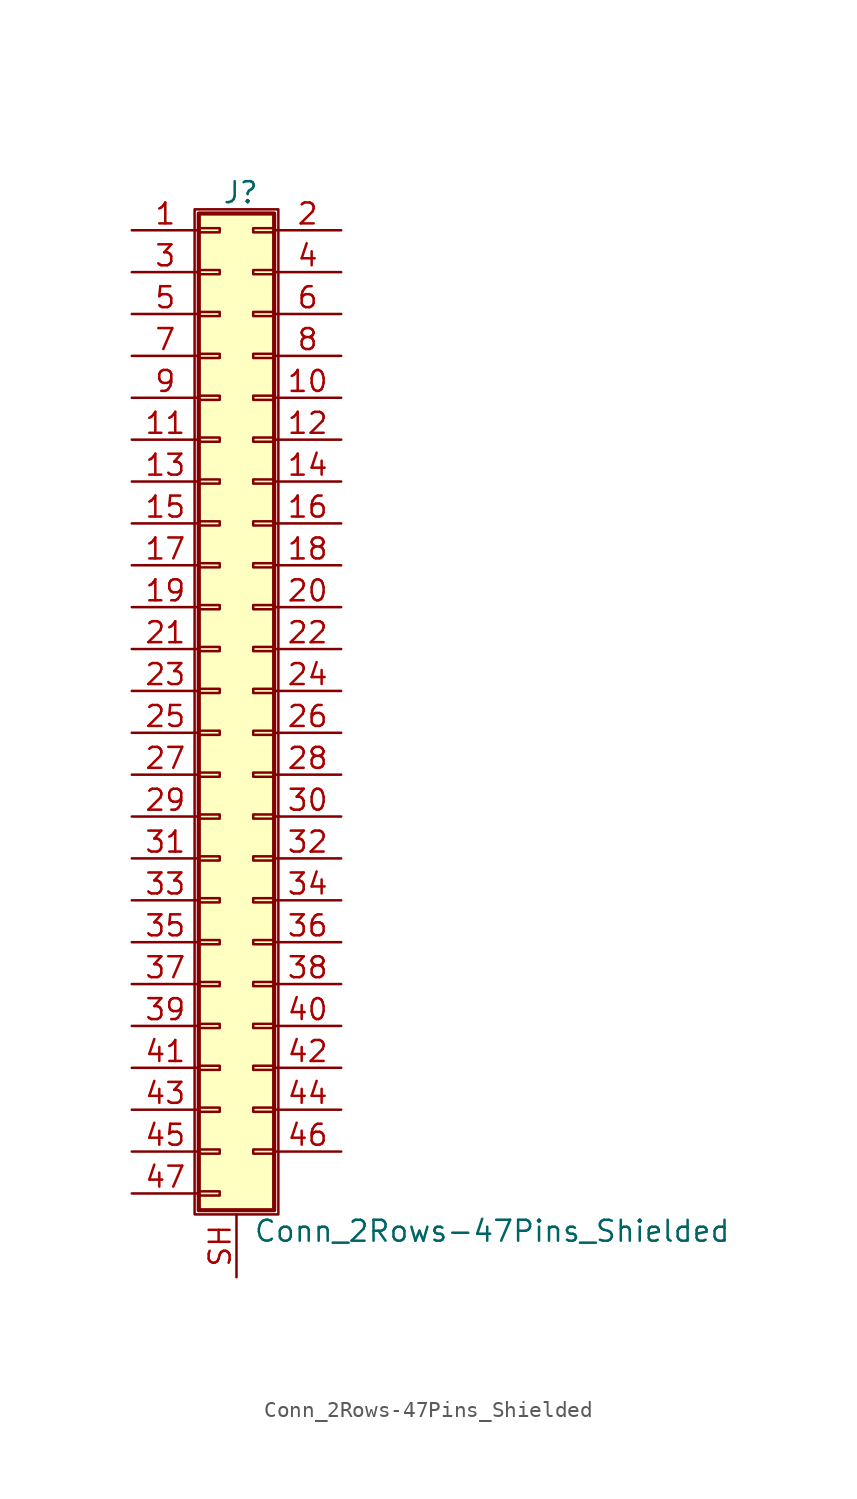
<source format=kicad_sym>
(kicad_symbol_lib
  (version 20201005)
  (generator kicad_symbol_editor)
  (symbol "Conn_2Rows-47Pins_Shielded"
    (pin_names
      (offset 1.016) hide)
    (property "Reference" "J"
      (at 1.524 30.226 0)
      (effects (font (size 1.27 1.27))))
    (property "Value" "Conn_2Rows-47Pins_Shielded"
      (at 2.286 -32.766 0)
      (effects (font (size 1.27 1.27)) (justify left)))
    (symbol "Conn_2Rows-47Pins_Shielded_1_1"
      (rectangle (start -1.27 29.21) (end 3.81 -31.75) (stroke (width 0.152)) (fill (type none)))
      (rectangle (start -1.016 -30.353) (end 0.254 -30.607) (stroke (width 0.152)) (fill (type none)))
      (rectangle (start -1.016 -27.813) (end 0.254 -28.067) (stroke (width 0.152)) (fill (type none)))
      (rectangle (start -1.016 -25.273) (end 0.254 -25.527) (stroke (width 0.152)) (fill (type none)))
      (rectangle (start -1.016 -22.733) (end 0.254 -22.987) (stroke (width 0.152)) (fill (type none)))
      (rectangle (start -1.016 -20.193) (end 0.254 -20.447) (stroke (width 0.152)) (fill (type none)))
      (rectangle (start -1.016 -17.653) (end 0.254 -17.907) (stroke (width 0.152)) (fill (type none)))
      (rectangle (start -1.016 -15.113) (end 0.254 -15.367) (stroke (width 0.152)) (fill (type none)))
      (rectangle (start -1.016 -12.573) (end 0.254 -12.827) (stroke (width 0.152)) (fill (type none)))
      (rectangle (start -1.016 -10.033) (end 0.254 -10.287) (stroke (width 0.152)) (fill (type none)))
      (rectangle (start -1.016 -7.493) (end 0.254 -7.747) (stroke (width 0.152)) (fill (type none)))
      (rectangle (start -1.016 -4.953) (end 0.254 -5.207) (stroke (width 0.152)) (fill (type none)))
      (rectangle (start -1.016 -2.413) (end 0.254 -2.667) (stroke (width 0.152)) (fill (type none)))
      (rectangle (start -1.016 0.127) (end 0.254 -0.127) (stroke (width 0.152)) (fill (type none)))
      (rectangle (start -1.016 2.667) (end 0.254 2.413) (stroke (width 0.152)) (fill (type none)))
      (rectangle (start -1.016 5.207) (end 0.254 4.953) (stroke (width 0.152)) (fill (type none)))
      (rectangle (start -1.016 7.747) (end 0.254 7.493) (stroke (width 0.152)) (fill (type none)))
      (rectangle (start -1.016 10.287) (end 0.254 10.033) (stroke (width 0.152)) (fill (type none)))
      (rectangle (start -1.016 12.827) (end 0.254 12.573) (stroke (width 0.152)) (fill (type none)))
      (rectangle (start -1.016 15.367) (end 0.254 15.113) (stroke (width 0.152)) (fill (type none)))
      (rectangle (start -1.016 17.907) (end 0.254 17.653) (stroke (width 0.152)) (fill (type none)))
      (rectangle (start -1.016 20.447) (end 0.254 20.193) (stroke (width 0.152)) (fill (type none)))
      (rectangle (start -1.016 22.987) (end 0.254 22.733) (stroke (width 0.152)) (fill (type none)))
      (rectangle (start -1.016 25.527) (end 0.254 25.273) (stroke (width 0.152)) (fill (type none)))
      (rectangle (start -1.016 28.067) (end 0.254 27.813) (stroke (width 0.152)) (fill (type none)))
      (rectangle (start 3.556 -27.813) (end 2.286 -28.067) (stroke (width 0.152)) (fill (type none)))
      (rectangle (start 3.556 -25.273) (end 2.286 -25.527) (stroke (width 0.152)) (fill (type none)))
      (rectangle (start 3.556 -22.733) (end 2.286 -22.987) (stroke (width 0.152)) (fill (type none)))
      (rectangle (start 3.556 -20.193) (end 2.286 -20.447) (stroke (width 0.152)) (fill (type none)))
      (rectangle (start 3.556 -17.653) (end 2.286 -17.907) (stroke (width 0.152)) (fill (type none)))
      (rectangle (start 3.556 -15.113) (end 2.286 -15.367) (stroke (width 0.152)) (fill (type none)))
      (rectangle (start 3.556 -12.573) (end 2.286 -12.827) (stroke (width 0.152)) (fill (type none)))
      (rectangle (start 3.556 -10.033) (end 2.286 -10.287) (stroke (width 0.152)) (fill (type none)))
      (rectangle (start 3.556 -7.493) (end 2.286 -7.747) (stroke (width 0.152)) (fill (type none)))
      (rectangle (start 3.556 -4.953) (end 2.286 -5.207) (stroke (width 0.152)) (fill (type none)))
      (rectangle (start 3.556 -2.413) (end 2.286 -2.667) (stroke (width 0.152)) (fill (type none)))
      (rectangle (start 3.556 0.127) (end 2.286 -0.127) (stroke (width 0.152)) (fill (type none)))
      (rectangle (start 3.556 2.667) (end 2.286 2.413) (stroke (width 0.152)) (fill (type none)))
      (rectangle (start 3.556 5.207) (end 2.286 4.953) (stroke (width 0.152)) (fill (type none)))
      (rectangle (start 3.556 7.747) (end 2.286 7.493) (stroke (width 0.152)) (fill (type none)))
      (rectangle (start 3.556 10.287) (end 2.286 10.033) (stroke (width 0.152)) (fill (type none)))
      (rectangle (start 3.556 12.827) (end 2.286 12.573) (stroke (width 0.152)) (fill (type none)))
      (rectangle (start 3.556 15.367) (end 2.286 15.113) (stroke (width 0.152)) (fill (type none)))
      (rectangle (start 3.556 17.907) (end 2.286 17.653) (stroke (width 0.152)) (fill (type none)))
      (rectangle (start 3.556 20.447) (end 2.286 20.193) (stroke (width 0.152)) (fill (type none)))
      (rectangle (start 3.556 22.987) (end 2.286 22.733) (stroke (width 0.152)) (fill (type none)))
      (rectangle (start 3.556 25.527) (end 2.286 25.273) (stroke (width 0.152)) (fill (type none)))
      (rectangle (start 3.556 28.067) (end 2.286 27.813) (stroke (width 0.152)) (fill (type none)))
      (rectangle (start -1.016 28.956) (end 3.556 -31.496) (stroke (width 0.254)) (fill (type background)))
      (pin passive line (at -5.08 27.94 0) (length 4.064) (name "Pin_1" (effects (font (size 1.27 1.27)))) (number "1" (effects (font (size 1.27 1.27)))))
      (pin passive line (at 7.62 17.78 180) (length 4.064) (name "Pin_10" (effects (font (size 1.27 1.27)))) (number "10" (effects (font (size 1.27 1.27)))))
      (pin passive line (at -5.08 15.24 0) (length 4.064) (name "Pin_11" (effects (font (size 1.27 1.27)))) (number "11" (effects (font (size 1.27 1.27)))))
      (pin passive line (at 7.62 15.24 180) (length 4.064) (name "Pin_12" (effects (font (size 1.27 1.27)))) (number "12" (effects (font (size 1.27 1.27)))))
      (pin passive line (at -5.08 12.7 0) (length 4.064) (name "Pin_13" (effects (font (size 1.27 1.27)))) (number "13" (effects (font (size 1.27 1.27)))))
      (pin passive line (at 7.62 12.7 180) (length 4.064) (name "Pin_14" (effects (font (size 1.27 1.27)))) (number "14" (effects (font (size 1.27 1.27)))))
      (pin passive line (at -5.08 10.16 0) (length 4.064) (name "Pin_15" (effects (font (size 1.27 1.27)))) (number "15" (effects (font (size 1.27 1.27)))))
      (pin passive line (at 7.62 10.16 180) (length 4.064) (name "Pin_16" (effects (font (size 1.27 1.27)))) (number "16" (effects (font (size 1.27 1.27)))))
      (pin passive line (at -5.08 7.62 0) (length 4.064) (name "Pin_17" (effects (font (size 1.27 1.27)))) (number "17" (effects (font (size 1.27 1.27)))))
      (pin passive line (at 7.62 7.62 180) (length 4.064) (name "Pin_18" (effects (font (size 1.27 1.27)))) (number "18" (effects (font (size 1.27 1.27)))))
      (pin passive line (at -5.08 5.08 0) (length 4.064) (name "Pin_19" (effects (font (size 1.27 1.27)))) (number "19" (effects (font (size 1.27 1.27)))))
      (pin passive line (at 7.62 27.94 180) (length 4.064) (name "Pin_2" (effects (font (size 1.27 1.27)))) (number "2" (effects (font (size 1.27 1.27)))))
      (pin passive line (at 7.62 5.08 180) (length 4.064) (name "Pin_20" (effects (font (size 1.27 1.27)))) (number "20" (effects (font (size 1.27 1.27)))))
      (pin passive line (at -5.08 2.54 0) (length 4.064) (name "Pin_21" (effects (font (size 1.27 1.27)))) (number "21" (effects (font (size 1.27 1.27)))))
      (pin passive line (at 7.62 2.54 180) (length 4.064) (name "Pin_22" (effects (font (size 1.27 1.27)))) (number "22" (effects (font (size 1.27 1.27)))))
      (pin passive line (at -5.08 0 0) (length 4.064) (name "Pin_23" (effects (font (size 1.27 1.27)))) (number "23" (effects (font (size 1.27 1.27)))))
      (pin passive line (at 7.62 0 180) (length 4.064) (name "Pin_24" (effects (font (size 1.27 1.27)))) (number "24" (effects (font (size 1.27 1.27)))))
      (pin passive line (at -5.08 -2.54 0) (length 4.064) (name "Pin_25" (effects (font (size 1.27 1.27)))) (number "25" (effects (font (size 1.27 1.27)))))
      (pin passive line (at 7.62 -2.54 180) (length 4.064) (name "Pin_26" (effects (font (size 1.27 1.27)))) (number "26" (effects (font (size 1.27 1.27)))))
      (pin passive line (at -5.08 -5.08 0) (length 4.064) (name "Pin_27" (effects (font (size 1.27 1.27)))) (number "27" (effects (font (size 1.27 1.27)))))
      (pin passive line (at 7.62 -5.08 180) (length 4.064) (name "Pin_28" (effects (font (size 1.27 1.27)))) (number "28" (effects (font (size 1.27 1.27)))))
      (pin passive line (at -5.08 -7.62 0) (length 4.064) (name "Pin_29" (effects (font (size 1.27 1.27)))) (number "29" (effects (font (size 1.27 1.27)))))
      (pin passive line (at -5.08 25.4 0) (length 4.064) (name "Pin_3" (effects (font (size 1.27 1.27)))) (number "3" (effects (font (size 1.27 1.27)))))
      (pin passive line (at 7.62 -7.62 180) (length 4.064) (name "Pin_30" (effects (font (size 1.27 1.27)))) (number "30" (effects (font (size 1.27 1.27)))))
      (pin passive line (at -5.08 -10.16 0) (length 4.064) (name "Pin_31" (effects (font (size 1.27 1.27)))) (number "31" (effects (font (size 1.27 1.27)))))
      (pin passive line (at 7.62 -10.16 180) (length 4.064) (name "Pin_32" (effects (font (size 1.27 1.27)))) (number "32" (effects (font (size 1.27 1.27)))))
      (pin passive line (at -5.08 -12.7 0) (length 4.064) (name "Pin_33" (effects (font (size 1.27 1.27)))) (number "33" (effects (font (size 1.27 1.27)))))
      (pin passive line (at 7.62 -12.7 180) (length 4.064) (name "Pin_34" (effects (font (size 1.27 1.27)))) (number "34" (effects (font (size 1.27 1.27)))))
      (pin passive line (at -5.08 -15.24 0) (length 4.064) (name "Pin_35" (effects (font (size 1.27 1.27)))) (number "35" (effects (font (size 1.27 1.27)))))
      (pin passive line (at 7.62 -15.24 180) (length 4.064) (name "Pin_36" (effects (font (size 1.27 1.27)))) (number "36" (effects (font (size 1.27 1.27)))))
      (pin passive line (at -5.08 -17.78 0) (length 4.064) (name "Pin_37" (effects (font (size 1.27 1.27)))) (number "37" (effects (font (size 1.27 1.27)))))
      (pin passive line (at 7.62 -17.78 180) (length 4.064) (name "Pin_38" (effects (font (size 1.27 1.27)))) (number "38" (effects (font (size 1.27 1.27)))))
      (pin passive line (at -5.08 -20.32 0) (length 4.064) (name "Pin_39" (effects (font (size 1.27 1.27)))) (number "39" (effects (font (size 1.27 1.27)))))
      (pin passive line (at 7.62 25.4 180) (length 4.064) (name "Pin_4" (effects (font (size 1.27 1.27)))) (number "4" (effects (font (size 1.27 1.27)))))
      (pin passive line (at 7.62 -20.32 180) (length 4.064) (name "Pin_40" (effects (font (size 1.27 1.27)))) (number "40" (effects (font (size 1.27 1.27)))))
      (pin passive line (at -5.08 -22.86 0) (length 4.064) (name "Pin_41" (effects (font (size 1.27 1.27)))) (number "41" (effects (font (size 1.27 1.27)))))
      (pin passive line (at 7.62 -22.86 180) (length 4.064) (name "Pin_42" (effects (font (size 1.27 1.27)))) (number "42" (effects (font (size 1.27 1.27)))))
      (pin passive line (at -5.08 -25.4 0) (length 4.064) (name "Pin_43" (effects (font (size 1.27 1.27)))) (number "43" (effects (font (size 1.27 1.27)))))
      (pin passive line (at 7.62 -25.4 180) (length 4.064) (name "Pin_44" (effects (font (size 1.27 1.27)))) (number "44" (effects (font (size 1.27 1.27)))))
      (pin passive line (at -5.08 -27.94 0) (length 4.064) (name "Pin_45" (effects (font (size 1.27 1.27)))) (number "45" (effects (font (size 1.27 1.27)))))
      (pin passive line (at 7.62 -27.94 180) (length 4.064) (name "Pin_46" (effects (font (size 1.27 1.27)))) (number "46" (effects (font (size 1.27 1.27)))))
      (pin passive line (at -5.08 -30.48 0) (length 4.064) (name "Pin_47" (effects (font (size 1.27 1.27)))) (number "47" (effects (font (size 1.27 1.27)))))
      (pin passive line (at -5.08 22.86 0) (length 4.064) (name "Pin_5" (effects (font (size 1.27 1.27)))) (number "5" (effects (font (size 1.27 1.27)))))
      (pin passive line (at 7.62 22.86 180) (length 4.064) (name "Pin_6" (effects (font (size 1.27 1.27)))) (number "6" (effects (font (size 1.27 1.27)))))
      (pin passive line (at -5.08 20.32 0) (length 4.064) (name "Pin_7" (effects (font (size 1.27 1.27)))) (number "7" (effects (font (size 1.27 1.27)))))
      (pin passive line (at 7.62 20.32 180) (length 4.064) (name "Pin_8" (effects (font (size 1.27 1.27)))) (number "8" (effects (font (size 1.27 1.27)))))
      (pin passive line (at -5.08 17.78 0) (length 4.064) (name "Pin_9" (effects (font (size 1.27 1.27)))) (number "9" (effects (font (size 1.27 1.27)))))
      (pin passive line (at 1.27 -35.56 90) (length 3.81) (name "Shield" (effects (font (size 1.27 1.27)))) (number "SH" (effects (font (size 1.27 1.27))))))))
</source>
